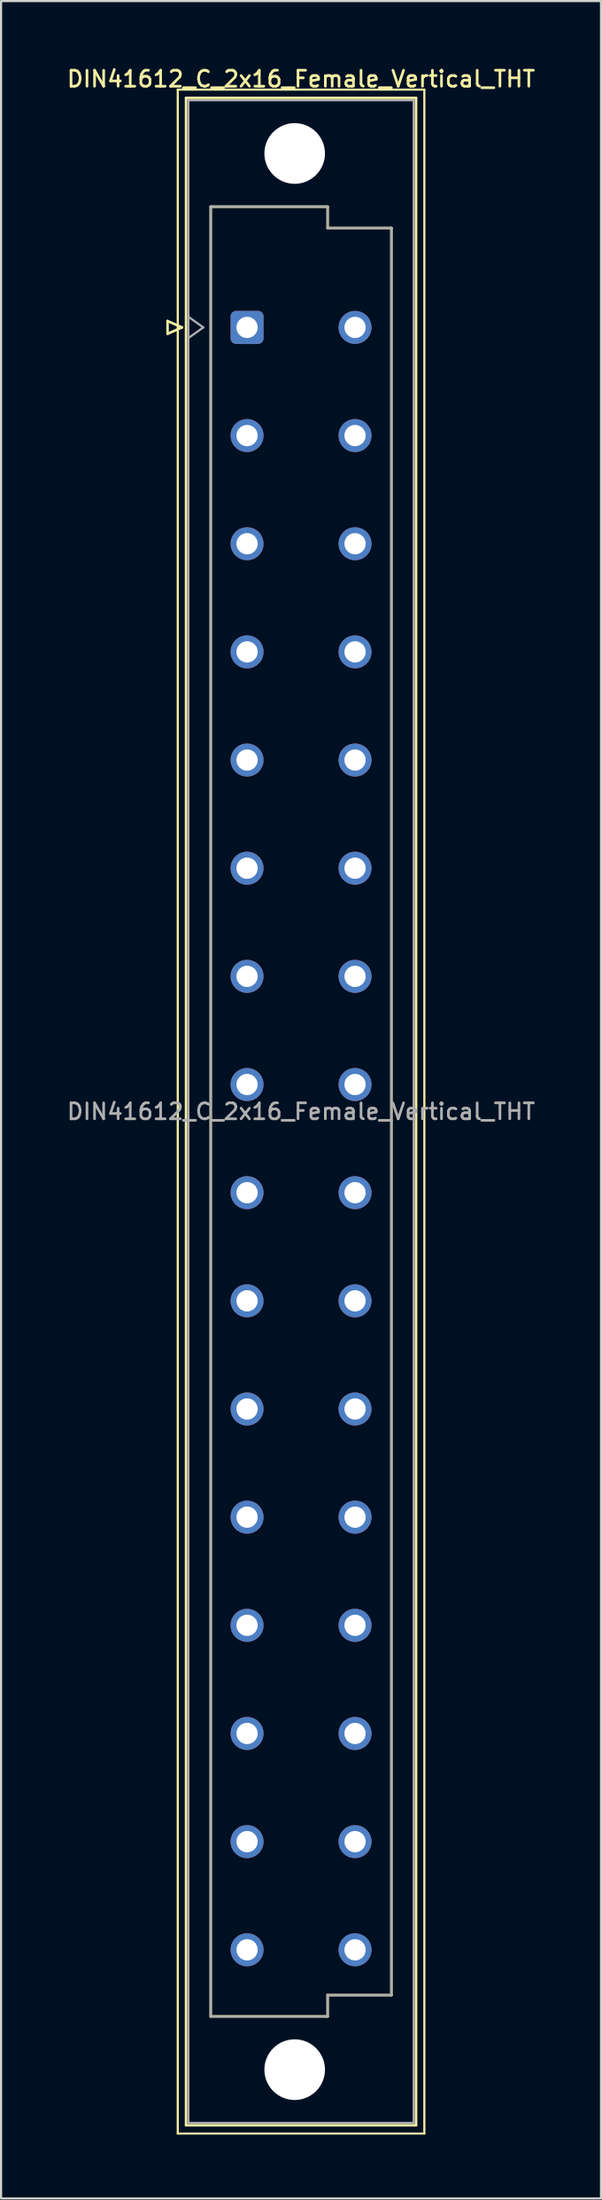
<source format=kicad_pcb>
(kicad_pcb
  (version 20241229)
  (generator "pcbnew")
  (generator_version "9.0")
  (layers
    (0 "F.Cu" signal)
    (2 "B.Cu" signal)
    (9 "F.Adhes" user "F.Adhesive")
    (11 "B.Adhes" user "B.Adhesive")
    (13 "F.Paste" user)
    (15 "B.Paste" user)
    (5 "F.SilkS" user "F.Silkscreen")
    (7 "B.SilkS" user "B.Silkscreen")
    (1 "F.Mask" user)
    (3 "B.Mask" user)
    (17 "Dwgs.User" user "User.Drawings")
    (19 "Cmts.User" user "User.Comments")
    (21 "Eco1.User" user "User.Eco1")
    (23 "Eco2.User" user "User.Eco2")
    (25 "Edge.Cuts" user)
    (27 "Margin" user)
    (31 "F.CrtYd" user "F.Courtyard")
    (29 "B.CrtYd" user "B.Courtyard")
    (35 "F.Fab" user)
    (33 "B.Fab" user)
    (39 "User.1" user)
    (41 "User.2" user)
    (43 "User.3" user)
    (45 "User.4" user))
  (footprint "DIN41612_C_2x16_Female_Vertical_THT"
    (layer "F.Cu")
    (at 8.573 9.788)
    (property "Reference" "DIN41612_C_2x16_Female_Vertical_THT" (at 2.54 -9.13 0) (layer "F.SilkS") (effects (font (size 0.75 0.75) (thickness 0.125))))
    (attr through_hole)
    (fp_line (start -3.74 2.24) (end -3.74 2.84) (stroke (width 0.12) (type solid)) (layer "F.SilkS"))
    (fp_line (start -3.74 2.84) (end -3.06 2.54) (stroke (width 0.12) (type solid)) (layer "F.SilkS"))
    (fp_line (start -3.26 -8.63) (end 8.34 -8.63) (stroke (width 0.1) (type solid)) (layer "F.SilkS"))
    (fp_line (start -3.26 87.37) (end -3.26 -8.63) (stroke (width 0.1) (type solid)) (layer "F.SilkS"))
    (fp_line (start -3.06 2.54) (end -3.74 2.24) (stroke (width 0.12) (type solid)) (layer "F.SilkS"))
    (fp_line (start -2.87 -8.24) (end 7.95 -8.24) (stroke (width 0.12) (type solid)) (layer "F.SilkS"))
    (fp_line (start -2.87 86.98) (end -2.87 -8.24) (stroke (width 0.12) (type solid)) (layer "F.SilkS"))
    (fp_line (start -1.71 -3.131) (end 3.79 -3.131) (stroke (width 0.12) (type solid)) (layer "F.SilkS"))
    (fp_line (start -1.71 81.87) (end -1.71 -3.131) (stroke (width 0.12) (type solid)) (layer "F.SilkS"))
    (fp_line (start 3.79 -3.131) (end 3.79 -2.131) (stroke (width 0.12) (type solid)) (layer "F.SilkS"))
    (fp_line (start 3.79 -2.131) (end 6.79 -2.131) (stroke (width 0.12) (type solid)) (layer "F.SilkS"))
    (fp_line (start 3.79 80.87) (end 3.79 81.87) (stroke (width 0.12) (type solid)) (layer "F.SilkS"))
    (fp_line (start 3.79 81.87) (end -1.71 81.87) (stroke (width 0.12) (type solid)) (layer "F.SilkS"))
    (fp_line (start 6.79 -2.131) (end 6.79 80.87) (stroke (width 0.12) (type solid)) (layer "F.SilkS"))
    (fp_line (start 6.79 80.87) (end 3.79 80.87) (stroke (width 0.12) (type solid)) (layer "F.SilkS"))
    (fp_line (start 7.95 -8.24) (end 7.95 86.98) (stroke (width 0.12) (type solid)) (layer "F.SilkS"))
    (fp_line (start 7.95 86.98) (end -2.87 86.98) (stroke (width 0.12) (type solid)) (layer "F.SilkS"))
    (fp_line (start 8.34 -8.63) (end 8.34 87.37) (stroke (width 0.1) (type solid)) (layer "F.SilkS"))
    (fp_line (start 8.34 87.37) (end -3.26 87.37) (stroke (width 0.1) (type solid)) (layer "F.SilkS"))
    (fp_line (start -2.76 -8.13) (end 7.84 -8.13) (stroke (width 0.1) (type solid)) (layer "F.Fab"))
    (fp_line (start -2.76 2.04) (end -2.06 2.54) (stroke (width 0.1) (type solid)) (layer "F.Fab"))
    (fp_line (start -2.76 86.87) (end -2.76 -8.13) (stroke (width 0.1) (type solid)) (layer "F.Fab"))
    (fp_line (start -2.06 2.54) (end -2.76 3.04) (stroke (width 0.1) (type solid)) (layer "F.Fab"))
    (fp_line (start -1.71 -3.13) (end 3.79 -3.13) (stroke (width 0.1) (type solid)) (layer "F.Fab"))
    (fp_line (start -1.71 81.87) (end -1.71 -3.13) (stroke (width 0.1) (type solid)) (layer "F.Fab"))
    (fp_line (start 3.79 -3.13) (end 3.79 -2.13) (stroke (width 0.1) (type solid)) (layer "F.Fab"))
    (fp_line (start 3.79 -2.13) (end 6.79 -2.13) (stroke (width 0.1) (type solid)) (layer "F.Fab"))
    (fp_line (start 3.79 80.87) (end 3.79 81.87) (stroke (width 0.1) (type solid)) (layer "F.Fab"))
    (fp_line (start 3.79 81.87) (end -1.71 81.87) (stroke (width 0.1) (type solid)) (layer "F.Fab"))
    (fp_line (start 6.79 -2.13) (end 6.79 80.87) (stroke (width 0.1) (type solid)) (layer "F.Fab"))
    (fp_line (start 6.79 80.87) (end 3.79 80.87) (stroke (width 0.1) (type solid)) (layer "F.Fab"))
    (fp_line (start 7.84 -8.13) (end 7.84 86.87) (stroke (width 0.1) (type solid)) (layer "F.Fab"))
    (fp_line (start 7.84 86.87) (end -2.76 86.87) (stroke (width 0.1) (type solid)) (layer "F.Fab"))
    (fp_text user "${REFERENCE}" (at 2.54 39.37 0) (layer "F.Fab") (effects (font (size 0.75 0.75) (thickness 0.125))))
    (pad "" np_thru_hole circle (at 2.24 -5.63) (size 2.85 2.85) (drill 2.85) (layers "*.Cu" "*.Mask"))
    (pad "" np_thru_hole circle (at 2.24 84.37) (size 2.85 2.85) (drill 2.85) (layers "*.Cu" "*.Mask"))
    (pad "a2" thru_hole roundrect (at 0 2.54) (size 1.55 1.55) (drill 1) (layers "*.Cu" "*.Mask") (roundrect_rratio 0.161))
    (pad "a4" thru_hole circle (at 0 7.62) (size 1.55 1.55) (drill 1) (layers "*.Cu" "*.Mask"))
    (pad "a6" thru_hole circle (at 0 12.7) (size 1.55 1.55) (drill 1) (layers "*.Cu" "*.Mask"))
    (pad "a8" thru_hole circle (at 0 17.78) (size 1.55 1.55) (drill 1) (layers "*.Cu" "*.Mask"))
    (pad "a10" thru_hole circle (at 0 22.86) (size 1.55 1.55) (drill 1) (layers "*.Cu" "*.Mask"))
    (pad "a12" thru_hole circle (at 0 27.94) (size 1.55 1.55) (drill 1) (layers "*.Cu" "*.Mask"))
    (pad "a14" thru_hole circle (at 0 33.02) (size 1.55 1.55) (drill 1) (layers "*.Cu" "*.Mask"))
    (pad "a16" thru_hole circle (at 0 38.1) (size 1.55 1.55) (drill 1) (layers "*.Cu" "*.Mask"))
    (pad "a18" thru_hole circle (at 0 43.18) (size 1.55 1.55) (drill 1) (layers "*.Cu" "*.Mask"))
    (pad "a20" thru_hole circle (at 0 48.26) (size 1.55 1.55) (drill 1) (layers "*.Cu" "*.Mask"))
    (pad "a22" thru_hole circle (at 0 53.34) (size 1.55 1.55) (drill 1) (layers "*.Cu" "*.Mask"))
    (pad "a24" thru_hole circle (at 0 58.42) (size 1.55 1.55) (drill 1) (layers "*.Cu" "*.Mask"))
    (pad "a26" thru_hole circle (at 0 63.5) (size 1.55 1.55) (drill 1) (layers "*.Cu" "*.Mask"))
    (pad "a28" thru_hole circle (at 0 68.58) (size 1.55 1.55) (drill 1) (layers "*.Cu" "*.Mask"))
    (pad "a30" thru_hole circle (at 0 73.66) (size 1.55 1.55) (drill 1) (layers "*.Cu" "*.Mask"))
    (pad "a32" thru_hole circle (at 0 78.74) (size 1.55 1.55) (drill 1) (layers "*.Cu" "*.Mask"))
    (pad "c2" thru_hole circle (at 5.08 2.54) (size 1.55 1.55) (drill 1) (layers "*.Cu" "*.Mask"))
    (pad "c4" thru_hole circle (at 5.08 7.62) (size 1.55 1.55) (drill 1) (layers "*.Cu" "*.Mask"))
    (pad "c6" thru_hole circle (at 5.08 12.7) (size 1.55 1.55) (drill 1) (layers "*.Cu" "*.Mask"))
    (pad "c8" thru_hole circle (at 5.08 17.78) (size 1.55 1.55) (drill 1) (layers "*.Cu" "*.Mask"))
    (pad "c10" thru_hole circle (at 5.08 22.86) (size 1.55 1.55) (drill 1) (layers "*.Cu" "*.Mask"))
    (pad "c12" thru_hole circle (at 5.08 27.94) (size 1.55 1.55) (drill 1) (layers "*.Cu" "*.Mask"))
    (pad "c14" thru_hole circle (at 5.08 33.02) (size 1.55 1.55) (drill 1) (layers "*.Cu" "*.Mask"))
    (pad "c16" thru_hole circle (at 5.08 38.1) (size 1.55 1.55) (drill 1) (layers "*.Cu" "*.Mask"))
    (pad "c18" thru_hole circle (at 5.08 43.18) (size 1.55 1.55) (drill 1) (layers "*.Cu" "*.Mask"))
    (pad "c20" thru_hole circle (at 5.08 48.26) (size 1.55 1.55) (drill 1) (layers "*.Cu" "*.Mask"))
    (pad "c22" thru_hole circle (at 5.08 53.34) (size 1.55 1.55) (drill 1) (layers "*.Cu" "*.Mask"))
    (pad "c24" thru_hole circle (at 5.08 58.42) (size 1.55 1.55) (drill 1) (layers "*.Cu" "*.Mask"))
    (pad "c26" thru_hole circle (at 5.08 63.5) (size 1.55 1.55) (drill 1) (layers "*.Cu" "*.Mask"))
    (pad "c28" thru_hole circle (at 5.08 68.58) (size 1.55 1.55) (drill 1) (layers "*.Cu" "*.Mask"))
    (pad "c30" thru_hole circle (at 5.08 73.66) (size 1.55 1.55) (drill 1) (layers "*.Cu" "*.Mask"))
    (pad "c32" thru_hole circle (at 5.08 78.74) (size 1.55 1.55) (drill 1) (layers "*.Cu" "*.Mask")))
  (gr_rect
    (start -3 -3)
    (end 25.225 100.208)
    (stroke (width 0.1) (type default))
    (fill no)
    (layer "Edge.Cuts")))
</source>
